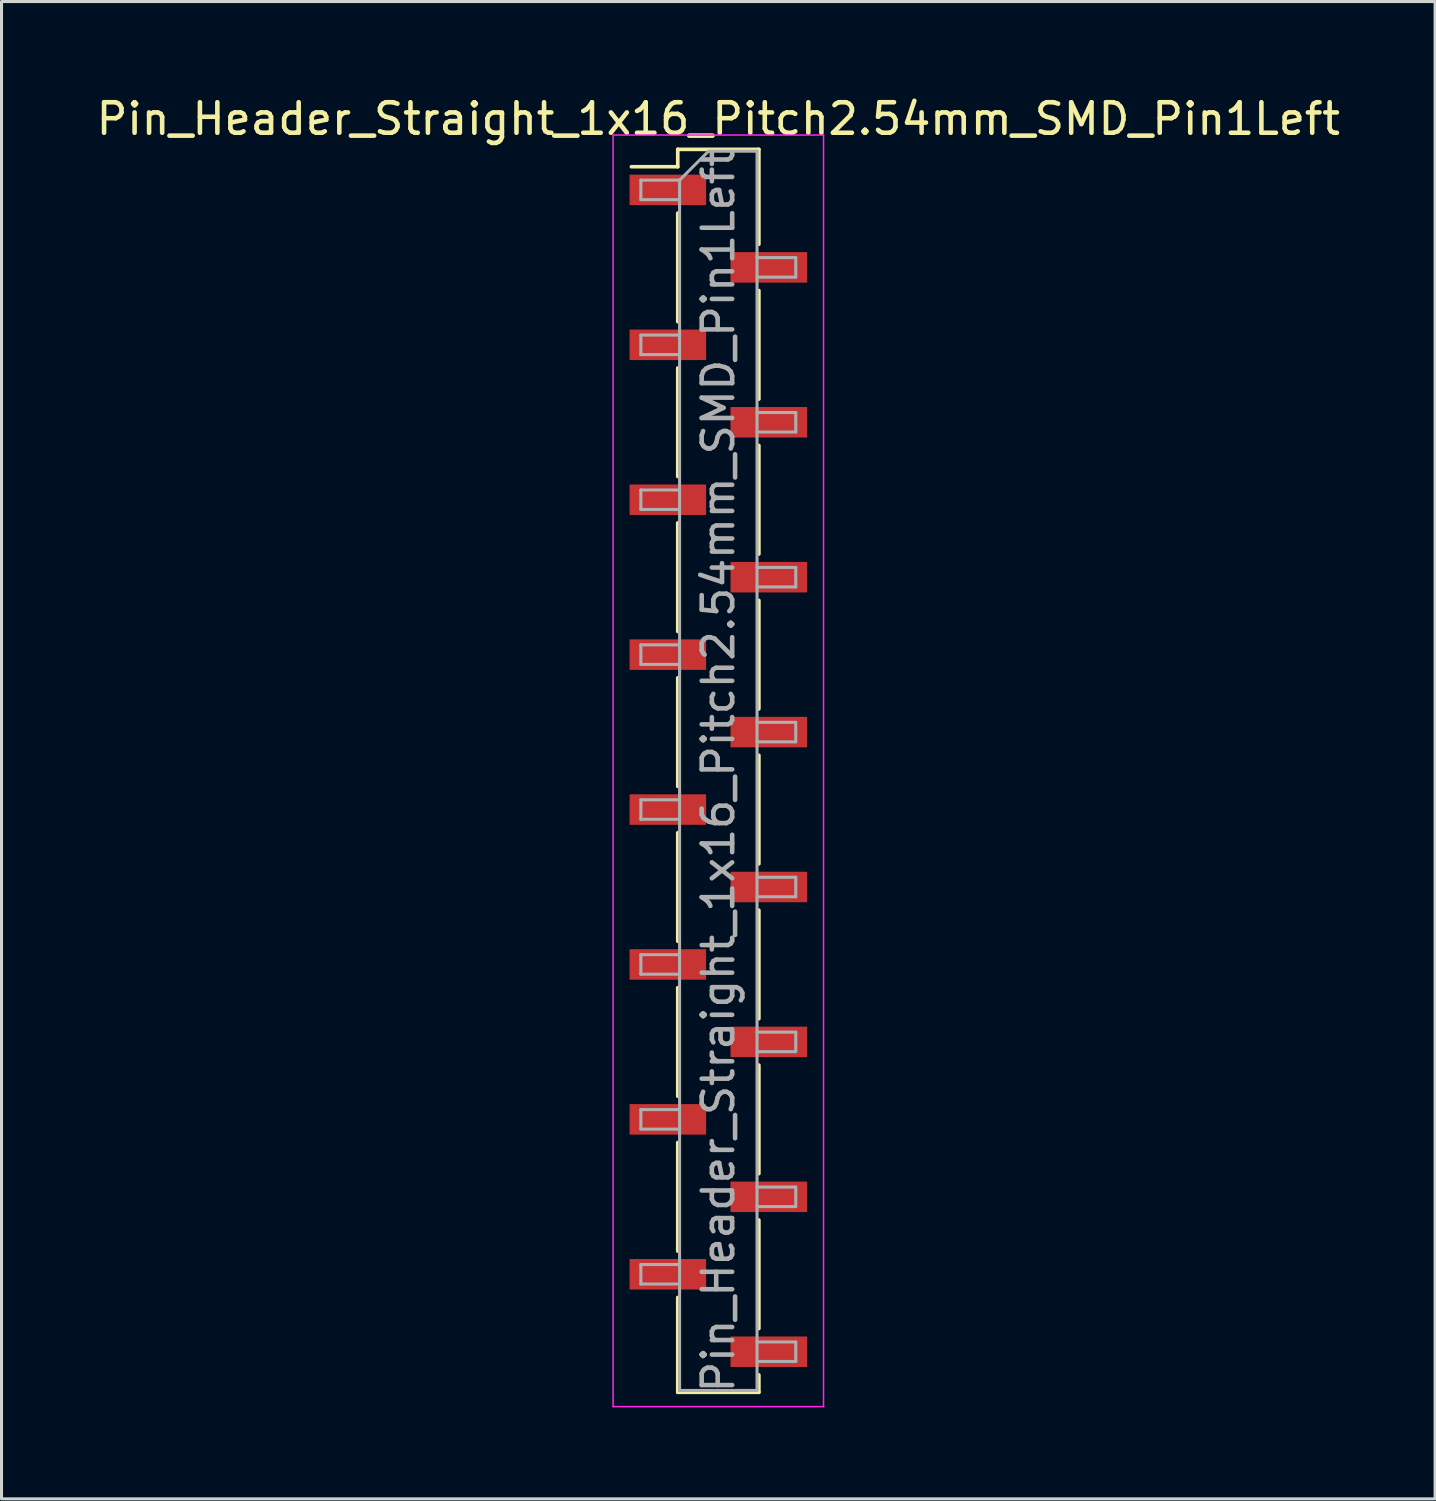
<source format=kicad_pcb>
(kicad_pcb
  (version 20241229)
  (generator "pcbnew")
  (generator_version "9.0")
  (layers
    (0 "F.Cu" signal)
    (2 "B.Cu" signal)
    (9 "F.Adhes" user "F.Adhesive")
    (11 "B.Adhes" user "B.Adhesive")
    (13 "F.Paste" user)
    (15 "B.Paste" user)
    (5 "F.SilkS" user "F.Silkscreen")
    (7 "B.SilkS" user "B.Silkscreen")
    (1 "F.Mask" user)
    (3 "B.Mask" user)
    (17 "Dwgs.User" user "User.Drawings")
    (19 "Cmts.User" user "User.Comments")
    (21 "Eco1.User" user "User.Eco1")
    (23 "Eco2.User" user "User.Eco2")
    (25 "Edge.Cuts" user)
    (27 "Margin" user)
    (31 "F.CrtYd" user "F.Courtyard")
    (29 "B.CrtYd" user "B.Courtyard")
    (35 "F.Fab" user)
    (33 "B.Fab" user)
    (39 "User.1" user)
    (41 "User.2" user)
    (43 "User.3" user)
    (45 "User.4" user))
  (footprint "Pin_Header_Straight_1x16_Pitch2.54mm_SMD_Pin1Left"
    (layer "F.Cu")
    (at 20.506 22.228)
    (property "Reference" "Pin_Header_Straight_1x16_Pitch2.54mm_SMD_Pin1Left" (at 0 -21.38 0) (layer "F.SilkS") (effects (font (size 1 1) (thickness 0.15))))
    (attr smd)
    (fp_line (start -1.33 -20.38) (end -1.33 -19.81) (stroke (width 0.12) (type solid)) (layer "F.SilkS"))
    (fp_line (start -1.33 -20.38) (end 1.33 -20.38) (stroke (width 0.12) (type solid)) (layer "F.SilkS"))
    (fp_line (start -1.33 -19.81) (end -2.85 -19.81) (stroke (width 0.12) (type solid)) (layer "F.SilkS"))
    (fp_line (start -1.33 -18.29) (end -1.33 -14.73) (stroke (width 0.12) (type solid)) (layer "F.SilkS"))
    (fp_line (start -1.33 -13.21) (end -1.33 -9.65) (stroke (width 0.12) (type solid)) (layer "F.SilkS"))
    (fp_line (start -1.33 -8.13) (end -1.33 -4.57) (stroke (width 0.12) (type solid)) (layer "F.SilkS"))
    (fp_line (start -1.33 -3.05) (end -1.33 0.51) (stroke (width 0.12) (type solid)) (layer "F.SilkS"))
    (fp_line (start -1.33 2.03) (end -1.33 5.59) (stroke (width 0.12) (type solid)) (layer "F.SilkS"))
    (fp_line (start -1.33 7.11) (end -1.33 10.67) (stroke (width 0.12) (type solid)) (layer "F.SilkS"))
    (fp_line (start -1.33 12.19) (end -1.33 15.75) (stroke (width 0.12) (type solid)) (layer "F.SilkS"))
    (fp_line (start -1.33 17.27) (end -1.33 20.38) (stroke (width 0.12) (type solid)) (layer "F.SilkS"))
    (fp_line (start -1.33 20.38) (end 1.33 20.38) (stroke (width 0.12) (type solid)) (layer "F.SilkS"))
    (fp_line (start 1.33 -20.38) (end 1.33 -17.27) (stroke (width 0.12) (type solid)) (layer "F.SilkS"))
    (fp_line (start 1.33 -15.75) (end 1.33 -12.19) (stroke (width 0.12) (type solid)) (layer "F.SilkS"))
    (fp_line (start 1.33 -10.67) (end 1.33 -7.11) (stroke (width 0.12) (type solid)) (layer "F.SilkS"))
    (fp_line (start 1.33 -5.59) (end 1.33 -2.03) (stroke (width 0.12) (type solid)) (layer "F.SilkS"))
    (fp_line (start 1.33 -0.51) (end 1.33 3.05) (stroke (width 0.12) (type solid)) (layer "F.SilkS"))
    (fp_line (start 1.33 4.57) (end 1.33 8.13) (stroke (width 0.12) (type solid)) (layer "F.SilkS"))
    (fp_line (start 1.33 9.65) (end 1.33 13.21) (stroke (width 0.12) (type solid)) (layer "F.SilkS"))
    (fp_line (start 1.33 14.73) (end 1.33 18.29) (stroke (width 0.12) (type solid)) (layer "F.SilkS"))
    (fp_line (start 1.33 19.81) (end 1.33 20.38) (stroke (width 0.12) (type solid)) (layer "F.SilkS"))
    (fp_line (start -3.45 -20.85) (end -3.45 20.85) (stroke (width 0.05) (type solid)) (layer "F.CrtYd"))
    (fp_line (start -3.45 20.85) (end 3.45 20.85) (stroke (width 0.05) (type solid)) (layer "F.CrtYd"))
    (fp_line (start 3.45 -20.85) (end -3.45 -20.85) (stroke (width 0.05) (type solid)) (layer "F.CrtYd"))
    (fp_line (start 3.45 20.85) (end 3.45 -20.85) (stroke (width 0.05) (type solid)) (layer "F.CrtYd"))
    (fp_line (start -2.54 -19.37) (end -2.54 -18.73) (stroke (width 0.1) (type solid)) (layer "F.Fab"))
    (fp_line (start -2.54 -18.73) (end -1.27 -18.73) (stroke (width 0.1) (type solid)) (layer "F.Fab"))
    (fp_line (start -2.54 -14.29) (end -2.54 -13.65) (stroke (width 0.1) (type solid)) (layer "F.Fab"))
    (fp_line (start -2.54 -13.65) (end -1.27 -13.65) (stroke (width 0.1) (type solid)) (layer "F.Fab"))
    (fp_line (start -2.54 -9.21) (end -2.54 -8.57) (stroke (width 0.1) (type solid)) (layer "F.Fab"))
    (fp_line (start -2.54 -8.57) (end -1.27 -8.57) (stroke (width 0.1) (type solid)) (layer "F.Fab"))
    (fp_line (start -2.54 -4.13) (end -2.54 -3.49) (stroke (width 0.1) (type solid)) (layer "F.Fab"))
    (fp_line (start -2.54 -3.49) (end -1.27 -3.49) (stroke (width 0.1) (type solid)) (layer "F.Fab"))
    (fp_line (start -2.54 0.95) (end -2.54 1.59) (stroke (width 0.1) (type solid)) (layer "F.Fab"))
    (fp_line (start -2.54 1.59) (end -1.27 1.59) (stroke (width 0.1) (type solid)) (layer "F.Fab"))
    (fp_line (start -2.54 6.03) (end -2.54 6.67) (stroke (width 0.1) (type solid)) (layer "F.Fab"))
    (fp_line (start -2.54 6.67) (end -1.27 6.67) (stroke (width 0.1) (type solid)) (layer "F.Fab"))
    (fp_line (start -2.54 11.11) (end -2.54 11.75) (stroke (width 0.1) (type solid)) (layer "F.Fab"))
    (fp_line (start -2.54 11.75) (end -1.27 11.75) (stroke (width 0.1) (type solid)) (layer "F.Fab"))
    (fp_line (start -2.54 16.19) (end -2.54 16.83) (stroke (width 0.1) (type solid)) (layer "F.Fab"))
    (fp_line (start -2.54 16.83) (end -1.27 16.83) (stroke (width 0.1) (type solid)) (layer "F.Fab"))
    (fp_line (start -1.27 -19.37) (end -2.54 -19.37) (stroke (width 0.1) (type solid)) (layer "F.Fab"))
    (fp_line (start -1.27 -19.37) (end -0.32 -20.32) (stroke (width 0.1) (type solid)) (layer "F.Fab"))
    (fp_line (start -1.27 -14.29) (end -2.54 -14.29) (stroke (width 0.1) (type solid)) (layer "F.Fab"))
    (fp_line (start -1.27 -9.21) (end -2.54 -9.21) (stroke (width 0.1) (type solid)) (layer "F.Fab"))
    (fp_line (start -1.27 -4.13) (end -2.54 -4.13) (stroke (width 0.1) (type solid)) (layer "F.Fab"))
    (fp_line (start -1.27 0.95) (end -2.54 0.95) (stroke (width 0.1) (type solid)) (layer "F.Fab"))
    (fp_line (start -1.27 6.03) (end -2.54 6.03) (stroke (width 0.1) (type solid)) (layer "F.Fab"))
    (fp_line (start -1.27 11.11) (end -2.54 11.11) (stroke (width 0.1) (type solid)) (layer "F.Fab"))
    (fp_line (start -1.27 16.19) (end -2.54 16.19) (stroke (width 0.1) (type solid)) (layer "F.Fab"))
    (fp_line (start -1.27 20.32) (end -1.27 -19.37) (stroke (width 0.1) (type solid)) (layer "F.Fab"))
    (fp_line (start -0.32 -20.32) (end 1.27 -20.32) (stroke (width 0.1) (type solid)) (layer "F.Fab"))
    (fp_line (start 1.27 -20.32) (end 1.27 20.32) (stroke (width 0.1) (type solid)) (layer "F.Fab"))
    (fp_line (start 1.27 -16.83) (end 2.54 -16.83) (stroke (width 0.1) (type solid)) (layer "F.Fab"))
    (fp_line (start 1.27 -11.75) (end 2.54 -11.75) (stroke (width 0.1) (type solid)) (layer "F.Fab"))
    (fp_line (start 1.27 -6.67) (end 2.54 -6.67) (stroke (width 0.1) (type solid)) (layer "F.Fab"))
    (fp_line (start 1.27 -1.59) (end 2.54 -1.59) (stroke (width 0.1) (type solid)) (layer "F.Fab"))
    (fp_line (start 1.27 3.49) (end 2.54 3.49) (stroke (width 0.1) (type solid)) (layer "F.Fab"))
    (fp_line (start 1.27 8.57) (end 2.54 8.57) (stroke (width 0.1) (type solid)) (layer "F.Fab"))
    (fp_line (start 1.27 13.65) (end 2.54 13.65) (stroke (width 0.1) (type solid)) (layer "F.Fab"))
    (fp_line (start 1.27 18.73) (end 2.54 18.73) (stroke (width 0.1) (type solid)) (layer "F.Fab"))
    (fp_line (start 1.27 20.32) (end -1.27 20.32) (stroke (width 0.1) (type solid)) (layer "F.Fab"))
    (fp_line (start 2.54 -16.83) (end 2.54 -16.19) (stroke (width 0.1) (type solid)) (layer "F.Fab"))
    (fp_line (start 2.54 -16.19) (end 1.27 -16.19) (stroke (width 0.1) (type solid)) (layer "F.Fab"))
    (fp_line (start 2.54 -11.75) (end 2.54 -11.11) (stroke (width 0.1) (type solid)) (layer "F.Fab"))
    (fp_line (start 2.54 -11.11) (end 1.27 -11.11) (stroke (width 0.1) (type solid)) (layer "F.Fab"))
    (fp_line (start 2.54 -6.67) (end 2.54 -6.03) (stroke (width 0.1) (type solid)) (layer "F.Fab"))
    (fp_line (start 2.54 -6.03) (end 1.27 -6.03) (stroke (width 0.1) (type solid)) (layer "F.Fab"))
    (fp_line (start 2.54 -1.59) (end 2.54 -0.95) (stroke (width 0.1) (type solid)) (layer "F.Fab"))
    (fp_line (start 2.54 -0.95) (end 1.27 -0.95) (stroke (width 0.1) (type solid)) (layer "F.Fab"))
    (fp_line (start 2.54 3.49) (end 2.54 4.13) (stroke (width 0.1) (type solid)) (layer "F.Fab"))
    (fp_line (start 2.54 4.13) (end 1.27 4.13) (stroke (width 0.1) (type solid)) (layer "F.Fab"))
    (fp_line (start 2.54 8.57) (end 2.54 9.21) (stroke (width 0.1) (type solid)) (layer "F.Fab"))
    (fp_line (start 2.54 9.21) (end 1.27 9.21) (stroke (width 0.1) (type solid)) (layer "F.Fab"))
    (fp_line (start 2.54 13.65) (end 2.54 14.29) (stroke (width 0.1) (type solid)) (layer "F.Fab"))
    (fp_line (start 2.54 14.29) (end 1.27 14.29) (stroke (width 0.1) (type solid)) (layer "F.Fab"))
    (fp_line (start 2.54 18.73) (end 2.54 19.37) (stroke (width 0.1) (type solid)) (layer "F.Fab"))
    (fp_line (start 2.54 19.37) (end 1.27 19.37) (stroke (width 0.1) (type solid)) (layer "F.Fab"))
    (fp_text user "${REFERENCE}" (at 0 0 90) (layer "F.Fab") (effects (font (size 1 1) (thickness 0.15))))
    (pad "1" smd rect (at -1.655 -19.05) (size 2.51 1) (layers "F.Cu" "F.Mask" "F.Paste"))
    (pad "2" smd rect (at 1.655 -16.51) (size 2.51 1) (layers "F.Cu" "F.Mask" "F.Paste"))
    (pad "3" smd rect (at -1.655 -13.97) (size 2.51 1) (layers "F.Cu" "F.Mask" "F.Paste"))
    (pad "4" smd rect (at 1.655 -11.43) (size 2.51 1) (layers "F.Cu" "F.Mask" "F.Paste"))
    (pad "5" smd rect (at -1.655 -8.89) (size 2.51 1) (layers "F.Cu" "F.Mask" "F.Paste"))
    (pad "6" smd rect (at 1.655 -6.35) (size 2.51 1) (layers "F.Cu" "F.Mask" "F.Paste"))
    (pad "7" smd rect (at -1.655 -3.81) (size 2.51 1) (layers "F.Cu" "F.Mask" "F.Paste"))
    (pad "8" smd rect (at 1.655 -1.27) (size 2.51 1) (layers "F.Cu" "F.Mask" "F.Paste"))
    (pad "9" smd rect (at -1.655 1.27) (size 2.51 1) (layers "F.Cu" "F.Mask" "F.Paste"))
    (pad "10" smd rect (at 1.655 3.81) (size 2.51 1) (layers "F.Cu" "F.Mask" "F.Paste"))
    (pad "11" smd rect (at -1.655 6.35) (size 2.51 1) (layers "F.Cu" "F.Mask" "F.Paste"))
    (pad "12" smd rect (at 1.655 8.89) (size 2.51 1) (layers "F.Cu" "F.Mask" "F.Paste"))
    (pad "13" smd rect (at -1.655 11.43) (size 2.51 1) (layers "F.Cu" "F.Mask" "F.Paste"))
    (pad "14" smd rect (at 1.655 13.97) (size 2.51 1) (layers "F.Cu" "F.Mask" "F.Paste"))
    (pad "15" smd rect (at -1.655 16.51) (size 2.51 1) (layers "F.Cu" "F.Mask" "F.Paste"))
    (pad "16" smd rect (at 1.655 19.05) (size 2.51 1) (layers "F.Cu" "F.Mask" "F.Paste")))
  (gr_rect
    (start -3 -3)
    (end 44.012 46.103)
    (stroke (width 0.1) (type default))
    (fill no)
    (layer "Edge.Cuts")))
</source>
